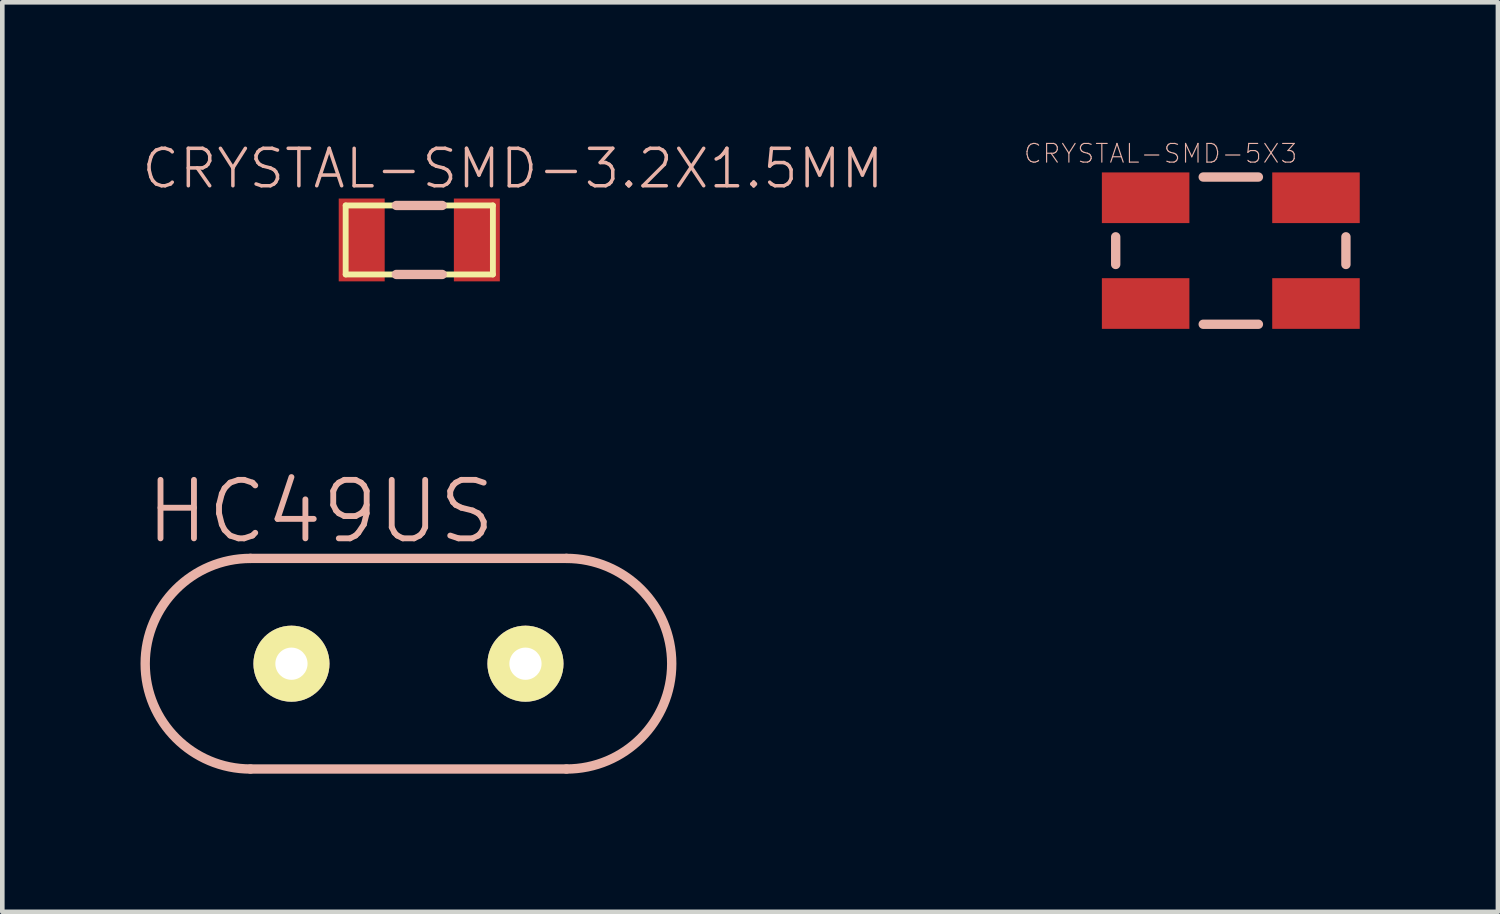
<source format=kicad_pcb>
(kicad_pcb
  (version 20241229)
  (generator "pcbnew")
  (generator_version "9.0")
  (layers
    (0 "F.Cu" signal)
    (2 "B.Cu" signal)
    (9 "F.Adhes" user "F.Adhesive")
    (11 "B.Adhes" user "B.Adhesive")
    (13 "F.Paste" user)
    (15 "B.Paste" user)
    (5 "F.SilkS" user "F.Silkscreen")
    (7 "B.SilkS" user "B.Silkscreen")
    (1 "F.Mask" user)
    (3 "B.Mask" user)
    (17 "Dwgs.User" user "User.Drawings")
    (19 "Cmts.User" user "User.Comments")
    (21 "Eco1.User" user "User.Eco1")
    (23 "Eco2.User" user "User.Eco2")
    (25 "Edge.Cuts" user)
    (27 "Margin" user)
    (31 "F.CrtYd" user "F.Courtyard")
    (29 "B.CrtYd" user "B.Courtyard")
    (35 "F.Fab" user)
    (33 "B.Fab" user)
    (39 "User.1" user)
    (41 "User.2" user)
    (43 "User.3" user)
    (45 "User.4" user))
  (footprint "CRYSTAL-SMD-5X3"
    (layer "F.Cu")
    (at 23.669 2.391)
    (property "Reference" "CRYSTAL-SMD-5X3" (at -1.524 -2.108 0) (layer "B.SilkS") (effects (font (size 0.406 0.406) (thickness 0.025))))
    (attr smd)
    (fp_line (start -2.499 -0.3) (end -2.499 0.3) (stroke (width 0.203) (type solid)) (layer "B.SilkS"))
    (fp_line (start -0.599 -1.598) (end 0.599 -1.598) (stroke (width 0.203) (type solid)) (layer "B.SilkS"))
    (fp_line (start 0.599 1.598) (end -0.599 1.598) (stroke (width 0.203) (type solid)) (layer "B.SilkS"))
    (fp_line (start 2.499 -0.3) (end 2.499 0.3) (stroke (width 0.203) (type solid)) (layer "B.SilkS"))
    (pad "1" smd rect (at -1.849 1.148) (size 1.9 1.1) (layers "F.Cu" "F.Mask" "F.Paste"))
    (pad "2" smd rect (at 1.849 1.148) (size 1.9 1.1) (layers "F.Cu" "F.Mask" "F.Paste"))
    (pad "3" smd rect (at 1.849 -1.148) (size 1.9 1.1) (layers "F.Cu" "F.Mask" "F.Paste"))
    (pad "4" smd rect (at -1.849 -1.148) (size 1.9 1.1) (layers "F.Cu" "F.Mask" "F.Paste")))
  (footprint "HC49US"
    (layer "F.Cu")
    (at 5.817 11.358)
    (property "Reference" "HC49US" (at -1.905 -3.302 0) (layer "B.SilkS") (effects (font (size 1.27 1.27) (thickness 0.127))))
    (attr exclude_from_pos_files exclude_from_bom)
    (fp_line (start -3.429 2.286) (end 3.429 2.286) (stroke (width 0.203) (type solid)) (layer "B.SilkS"))
    (fp_line (start 3.429 -2.286) (end -3.429 -2.286) (stroke (width 0.203) (type solid)) (layer "B.SilkS"))
    (fp_arc (start -3.429 2.286) (mid -5.715 0) (end -3.429 -2.286) (stroke (width 0.2032) (type solid)) (layer "B.SilkS"))
    (fp_arc (start 3.429 -2.286) (mid 5.715 0) (end 3.429 2.286) (stroke (width 0.2032) (type solid)) (layer "B.SilkS"))
    (pad "1" thru_hole circle (at -2.54 0) (size 1.651 1.651) (drill 0.699) (layers "*.Cu" "F.Mask" "F.SilkS" "F.Paste"))
    (pad "2" thru_hole circle (at 2.54 0) (size 1.651 1.651) (drill 0.699) (layers "*.Cu" "F.Mask" "F.SilkS" "F.Paste")))
  (footprint "CRYSTAL-SMD-3.2X1.5MM"
    (layer "F.Cu")
    (at 6.052 2.159)
    (property "Reference" "CRYSTAL-SMD-3.2X1.5MM" (at 2.032 -1.549 0) (layer "B.SilkS") (effects (font (size 0.813 0.813) (thickness 0.076))))
    (attr smd)
    (fp_line (start -1.598 -0.749) (end 1.598 -0.749) (stroke (width 0.127) (type solid)) (layer "F.SilkS"))
    (fp_line (start -1.598 0.749) (end -1.598 -0.749) (stroke (width 0.127) (type solid)) (layer "F.SilkS"))
    (fp_line (start 1.598 -0.749) (end 1.598 0.749) (stroke (width 0.127) (type solid)) (layer "F.SilkS"))
    (fp_line (start 1.598 0.749) (end -1.598 0.749) (stroke (width 0.127) (type solid)) (layer "F.SilkS"))
    (fp_line (start -0.498 -0.749) (end 0.498 -0.749) (stroke (width 0.203) (type solid)) (layer "B.SilkS"))
    (fp_line (start 0.498 0.749) (end -0.498 0.749) (stroke (width 0.203) (type solid)) (layer "B.SilkS"))
    (pad "P$1" smd rect (at -1.25 0) (size 0.998 1.798) (layers "F.Cu" "F.Mask" "F.Paste"))
    (pad "P$2" smd rect (at 1.25 0) (size 0.998 1.798) (layers "F.Cu" "F.Mask" "F.Paste")))
  (gr_rect
    (start -3 -3)
    (end 29.468 16.745)
    (stroke (width 0.1) (type default))
    (fill no)
    (layer "Edge.Cuts")))
</source>
